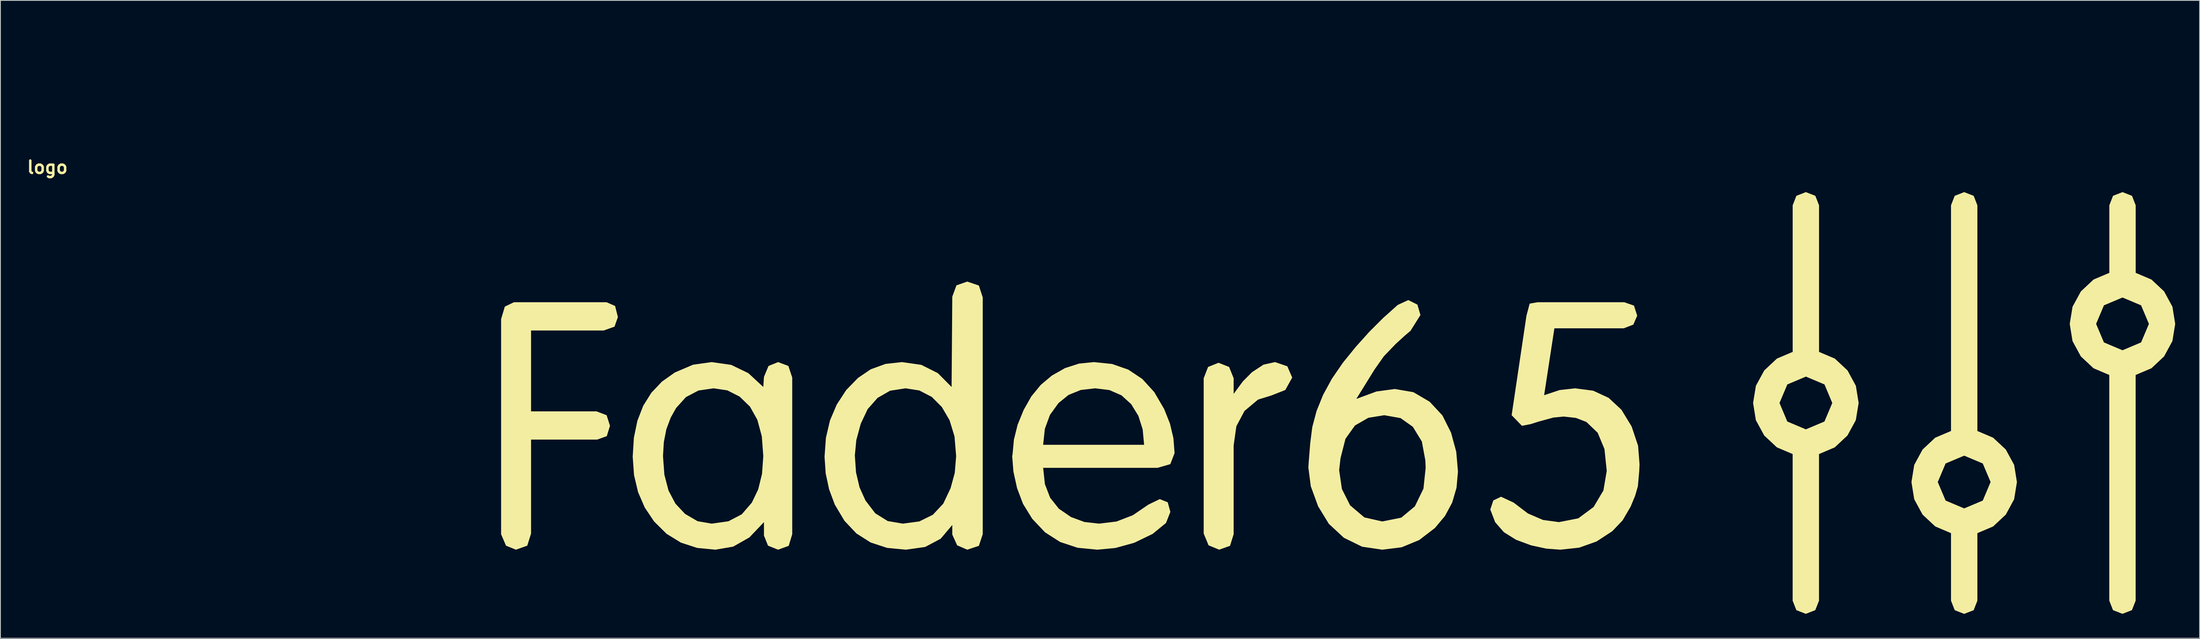
<source format=kicad_pcb>
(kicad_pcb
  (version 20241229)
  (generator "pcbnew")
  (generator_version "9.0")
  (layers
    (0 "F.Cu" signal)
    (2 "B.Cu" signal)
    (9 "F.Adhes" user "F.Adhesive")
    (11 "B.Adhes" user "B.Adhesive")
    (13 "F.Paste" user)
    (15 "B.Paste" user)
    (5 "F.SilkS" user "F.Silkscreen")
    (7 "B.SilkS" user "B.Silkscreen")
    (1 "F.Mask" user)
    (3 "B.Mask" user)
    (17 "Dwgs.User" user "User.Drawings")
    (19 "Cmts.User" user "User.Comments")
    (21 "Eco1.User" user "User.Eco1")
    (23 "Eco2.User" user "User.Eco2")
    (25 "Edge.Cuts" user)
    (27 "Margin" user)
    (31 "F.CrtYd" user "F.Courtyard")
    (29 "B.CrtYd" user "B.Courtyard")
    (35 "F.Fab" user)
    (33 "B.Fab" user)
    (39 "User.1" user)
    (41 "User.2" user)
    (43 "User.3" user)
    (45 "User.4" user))
  (footprint "logo"
    (layer "F.Cu")
    (at 2.772 0.25)
    (property "Reference" "logo" (at 0 17.277 0) (layer "F.SilkS") (effects (font (size 1.524 1.524) (thickness 0.305))))
    (attr exclude_from_pos_files exclude_from_bom)
    (fp_poly (pts (xy 55.73 35.935) (xy 56.185 34.406) (xy 57.301 33.868) (xy 68.69 33.868) (xy 69.729 34.323) (xy 70.075 35.687) (xy 69.662 36.866) (xy 68.339 37.341) (xy 59.409 37.341) (xy 59.409 47.284) (xy 67.45 47.284) (xy 68.69 47.759) (xy 69.104 49.061) (xy 68.711 50.332) (xy 67.533 50.756) (xy 59.409 50.756) (xy 59.409 62.311) (xy 58.944 63.799) (xy 57.549 64.295) (xy 56.329 63.799) (xy 55.73 62.394) (xy 55.73 35.935)) (stroke (width 0) (type solid)) (fill yes) (layer "F.SilkS"))
    (fp_poly (pts (xy 142.03 43.211) (xy 142.567 41.826) (xy 143.849 41.31) (xy 145.151 41.826) (xy 145.709 43.211) (xy 145.709 45.134) (xy 146.841 43.599) (xy 147.962 42.467) (xy 149.383 41.537) (xy 150.794 41.227) (xy 152.303 41.744) (xy 152.902 43.129) (xy 152.055 44.658) (xy 150.319 45.34) (xy 148.706 45.837) (xy 147.041 47.235) (xy 146.042 49.116) (xy 145.709 51.48) (xy 145.709 62.394) (xy 145.265 63.82) (xy 143.931 64.295) (xy 142.629 63.758) (xy 142.03 62.311) (xy 142.03 43.211)) (stroke (width 0) (type solid)) (fill yes) (layer "F.SilkS"))
    (fp_poly (pts (xy 215.996 49.498) (xy 209.855 48.369) (xy 210.879 50.254) (xy 212.435 51.71) (xy 214.372 52.535) (xy 214.372 70.564) (xy 214.827 71.728) (xy 215.991 72.183) (xy 217.155 71.728) (xy 217.61 70.564) (xy 217.61 52.535) (xy 219.547 51.712) (xy 221.103 50.254) (xy 222.132 48.367) (xy 222.479 46.254) (xy 222.137 44.139) (xy 221.113 42.253) (xy 219.555 40.797) (xy 217.615 39.973) (xy 217.615 21.944) (xy 217.16 20.78) (xy 215.996 20.325) (xy 214.832 20.78) (xy 214.377 21.944) (xy 214.377 39.973) (xy 212.44 40.796) (xy 210.884 42.253) (xy 209.858 44.141) (xy 209.514 46.254) (xy 209.855 48.369) (xy 215.996 49.498) (xy 213.716 48.535) (xy 212.758 46.254) (xy 213.721 43.973) (xy 216.002 43.01) (xy 218.282 43.973) (xy 219.24 46.254) (xy 218.277 48.535) (xy 215.996 49.498)) (stroke (width 0) (type solid)) (fill yes) (layer "F.SilkS"))
    (fp_poly (pts (xy 235.443 59.218) (xy 229.307 58.095) (xy 230.331 59.98) (xy 231.887 61.436) (xy 233.824 62.261) (xy 233.824 70.569) (xy 234.279 71.733) (xy 235.443 72.188) (xy 236.607 71.733) (xy 237.062 70.569) (xy 237.062 62.261) (xy 238.999 61.438) (xy 240.555 59.98) (xy 241.579 58.093) (xy 241.92 55.98) (xy 241.579 53.865) (xy 240.555 51.979) (xy 238.999 50.524) (xy 237.062 49.699) (xy 237.062 21.944) (xy 236.607 20.78) (xy 235.443 20.325) (xy 234.279 20.78) (xy 233.824 21.944) (xy 233.824 49.699) (xy 231.887 50.522) (xy 230.331 51.979) (xy 229.307 53.867) (xy 228.966 55.98) (xy 229.307 58.095) (xy 235.443 59.218) (xy 233.162 58.255) (xy 232.199 55.975) (xy 233.162 53.694) (xy 235.443 52.731) (xy 237.724 53.694) (xy 238.687 55.975) (xy 237.724 58.255) (xy 235.443 59.218)) (stroke (width 0) (type solid)) (fill yes) (layer "F.SilkS"))
    (fp_poly (pts (xy 254.89 39.772) (xy 248.749 38.641) (xy 249.773 40.528) (xy 251.329 41.984) (xy 253.265 42.809) (xy 253.265 70.564) (xy 253.721 71.728) (xy 254.885 72.183) (xy 256.049 71.728) (xy 256.504 70.564) (xy 256.504 42.809) (xy 258.441 41.986) (xy 259.996 40.528) (xy 261.02 38.641) (xy 261.362 36.528) (xy 261.02 34.412) (xy 259.996 32.527) (xy 258.443 31.074) (xy 256.509 30.252) (xy 256.509 21.944) (xy 256.054 20.78) (xy 254.89 20.325) (xy 253.726 20.78) (xy 253.271 21.944) (xy 253.271 30.252) (xy 251.334 31.075) (xy 249.778 32.533) (xy 248.752 34.419) (xy 248.408 36.528) (xy 248.749 38.641) (xy 254.89 39.772) (xy 252.609 38.808) (xy 251.646 36.528) (xy 252.609 34.247) (xy 254.89 33.284) (xy 257.171 34.247) (xy 258.134 36.528) (xy 257.171 38.808) (xy 254.89 39.772)) (stroke (width 0) (type solid)) (fill yes) (layer "F.SilkS"))
    (fp_poly (pts (xy 181.676 35.522) (xy 182.069 34.034) (xy 183.04 33.868) (xy 193.706 33.868) (xy 194.884 34.282) (xy 195.277 35.522) (xy 194.802 36.618) (xy 193.623 37.072) (xy 185.107 37.072) (xy 183.846 45.299) (xy 185.748 44.664) (xy 187.65 44.452) (xy 189.874 44.745) (xy 191.773 45.625) (xy 193.347 47.091) (xy 194.595 49.144) (xy 195.386 51.516) (xy 195.566 53.795) (xy 195.525 54.684) (xy 195.36 56.503) (xy 195.024 57.665) (xy 194.471 59.004) (xy 193.484 60.688) (xy 192.218 62.022) (xy 190.286 63.285) (xy 188.157 64.043) (xy 185.831 64.295) (xy 184.084 64.161) (xy 182.234 63.758) (xy 180.399 63.076) (xy 178.906 62.146) (xy 177.836 60.921) (xy 177.232 59.355) (xy 177.604 58.239) (xy 178.555 57.784) (xy 180.105 58.508) (xy 181.853 59.84) (xy 183.706 60.639) (xy 185.665 60.905) (xy 188.042 60.44) (xy 189.923 59.045) (xy 191.133 57.004) (xy 191.536 54.601) (xy 191.258 51.921) (xy 190.424 49.916) (xy 189.035 48.586) (xy 187.748 48.09) (xy 186.244 47.924) (xy 184.983 48.048) (xy 183.164 48.544) (xy 182.709 48.689) (xy 182.193 48.854) (xy 181.118 49.061) (xy 179.857 47.759) (xy 179.939 47.201) (xy 181.676 35.522)) (stroke (width 0) (type solid)) (fill yes) (layer "F.SilkS"))
    (fp_poly (pts (xy 99.18 52.699) (xy 99.376 62.301) (xy 97.909 60.75) (xy 96.72 58.756) (xy 96.019 56.879) (xy 95.599 54.916) (xy 95.459 52.865) (xy 95.626 50.546) (xy 96.125 48.405) (xy 96.959 46.442) (xy 98.125 44.658) (xy 99.567 43.175) (xy 101.123 42.116) (xy 102.952 41.449) (xy 104.967 41.227) (xy 107.344 41.567) (xy 109.377 42.587) (xy 111.065 44.286) (xy 111.148 33.186) (xy 111.659 31.791) (xy 112.987 31.326) (xy 114.414 31.812) (xy 114.889 33.269) (xy 114.889 62.394) (xy 114.414 63.82) (xy 112.987 64.295) (xy 111.747 63.758) (xy 111.148 62.435) (xy 111.148 61.257) (xy 109.724 62.945) (xy 107.822 63.958) (xy 105.443 64.295) (xy 103.143 64.074) (xy 101.12 63.409) (xy 99.376 62.301) (xy 99.18 52.699) (xy 99.324 54.785) (xy 99.758 56.631) (xy 100.482 58.239) (xy 101.69 59.824) (xy 103.22 60.775) (xy 105.071 61.091) (xy 107.104 60.819) (xy 108.76 60.001) (xy 110.039 58.638) (xy 110.941 56.73) (xy 111.453 54.854) (xy 111.623 52.782) (xy 111.422 50.369) (xy 110.817 48.379) (xy 109.866 46.751) (xy 108.626 45.506) (xy 107.096 44.715) (xy 105.401 44.452) (xy 103.51 44.746) (xy 101.97 45.63) (xy 100.751 47.015) (xy 99.903 48.813) (xy 99.36 50.818) (xy 99.18 52.699)) (stroke (width 0) (type solid)) (fill yes) (layer "F.SilkS"))
    (fp_poly (pts (xy 75.615 52.782) (xy 76.052 62.342) (xy 74.52 60.823) (xy 73.371 59.108) (xy 72.551 57.211) (xy 72.058 55.129) (xy 71.894 52.865) (xy 72.038 50.533) (xy 72.469 48.443) (xy 73.186 46.596) (xy 74.191 44.991) (xy 75.483 43.629) (xy 77.062 42.509) (xy 79.31 41.547) (xy 81.589 41.227) (xy 83.984 41.567) (xy 86.1 42.587) (xy 87.935 44.286) (xy 88.017 43.046) (xy 88.576 41.702) (xy 89.754 41.227) (xy 91.015 41.702) (xy 91.49 43.129) (xy 91.49 62.394) (xy 91.056 63.82) (xy 89.754 64.295) (xy 88.514 63.799) (xy 88.017 62.559) (xy 88.017 60.905) (xy 86.224 62.789) (xy 84.232 63.919) (xy 82.044 64.295) (xy 79.814 64.078) (xy 77.817 63.427) (xy 76.052 62.342) (xy 75.615 52.782) (xy 75.784 55.071) (xy 76.292 57.019) (xy 77.138 58.627) (xy 78.323 59.893) (xy 79.863 60.792) (xy 81.589 61.091) (xy 83.644 60.804) (xy 85.291 59.943) (xy 86.529 58.508) (xy 87.31 56.879) (xy 87.779 54.971) (xy 87.935 52.782) (xy 87.753 50.356) (xy 87.206 48.327) (xy 86.295 46.697) (xy 85.02 45.465) (xy 83.522 44.705) (xy 81.837 44.452) (xy 79.974 44.72) (xy 78.438 45.527) (xy 77.227 46.87) (xy 76.566 48.048) (xy 76.029 49.475) (xy 75.718 51.066) (xy 75.615 52.782)) (stroke (width 0) (type solid)) (fill yes) (layer "F.SilkS"))
    (fp_poly (pts (xy 123.385 42.881) (xy 130.456 44.668) (xy 128.697 44.452) (xy 126.938 44.654) (xy 125.436 45.26) (xy 124.191 46.271) (xy 123.146 47.722) (xy 122.519 49.431) (xy 122.31 51.397) (xy 134.712 51.397) (xy 134.535 49.5) (xy 134.005 47.832) (xy 133.121 46.395) (xy 131.931 45.315) (xy 130.456 44.668) (xy 123.385 42.881) (xy 125.004 41.962) (xy 126.72 41.411) (xy 128.532 41.227) (xy 130.776 41.458) (xy 132.762 42.15) (xy 134.49 43.303) (xy 135.96 44.918) (xy 137.172 46.994) (xy 137.884 48.781) (xy 138.311 50.586) (xy 138.454 52.41) (xy 137.932 53.774) (xy 136.366 54.229) (xy 122.31 54.229) (xy 122.524 56.227) (xy 123.168 57.903) (xy 124.24 59.256) (xy 125.741 60.285) (xy 127.385 60.89) (xy 129.173 61.091) (xy 131.315 60.832) (xy 133.334 60.053) (xy 135.229 58.756) (xy 136.635 58.074) (xy 137.611 58.466) (xy 137.937 59.645) (xy 137.399 61.009) (xy 135.761 62.352) (xy 133.493 63.448) (xy 131.193 64.084) (xy 128.966 64.295) (xy 126.536 64.058) (xy 124.392 63.345) (xy 122.536 62.156) (xy 120.966 60.492) (xy 119.84 58.663) (xy 119.106 56.73) (xy 118.656 54.678) (xy 118.507 52.782) (xy 118.548 52.617) (xy 118.718 50.765) (xy 119.173 48.933) (xy 119.912 47.118) (xy 120.858 45.444) (xy 122.016 44.031) (xy 123.385 42.881)) (stroke (width 0) (type solid)) (fill yes) (layer "F.SilkS"))
    (fp_poly (pts (xy 165.863 34.199) (xy 167.165 33.6) (xy 168.281 34.158) (xy 168.653 35.439) (xy 167.434 37.382) (xy 166.793 37.92) (xy 165.615 38.995) (xy 164.163 40.509) (xy 163.031 42.116) (xy 160.778 45.754) (xy 166.214 48.116) (xy 164.209 47.759) (xy 162.256 48.074) (xy 160.612 49.02) (xy 159.445 50.658) (xy 158.835 53.051) (xy 158.669 54.518) (xy 159.005 56.828) (xy 160.013 58.838) (xy 161.765 60.327) (xy 163.961 60.823) (xy 166.297 60.358) (xy 167.971 58.962) (xy 169.025 56.787) (xy 169.294 54.229) (xy 169.253 53.299) (xy 168.829 50.999) (xy 167.723 49.185) (xy 166.214 48.116) (xy 160.778 45.754) (xy 163.253 44.839) (xy 165.511 44.534) (xy 167.79 44.927) (xy 169.79 46.105) (xy 171.356 47.79) (xy 172.415 49.909) (xy 173.051 52.25) (xy 173.263 54.684) (xy 173.086 56.676) (xy 172.555 58.497) (xy 171.67 60.148) (xy 170.431 61.629) (xy 168.499 63.11) (xy 166.343 63.999) (xy 163.961 64.295) (xy 161.491 63.929) (xy 159.248 62.828) (xy 157.403 61.117) (xy 156.086 58.962) (xy 155.186 56.497) (xy 154.887 54.187) (xy 154.928 53.547) (xy 155.114 51.211) (xy 155.367 49.221) (xy 155.895 47.236) (xy 156.697 45.255) (xy 157.773 43.28) (xy 159.124 41.31) (xy 160.716 39.346) (xy 162.369 37.506) (xy 164.085 35.791) (xy 165.863 34.199)) (stroke (width 0) (type solid)) (fill yes) (layer "F.SilkS")))
  (gr_rect
    (start -3 -3)
    (end 267.134 75.438)
    (stroke (width 0.1) (type default))
    (fill no)
    (layer "Edge.Cuts")))
</source>
